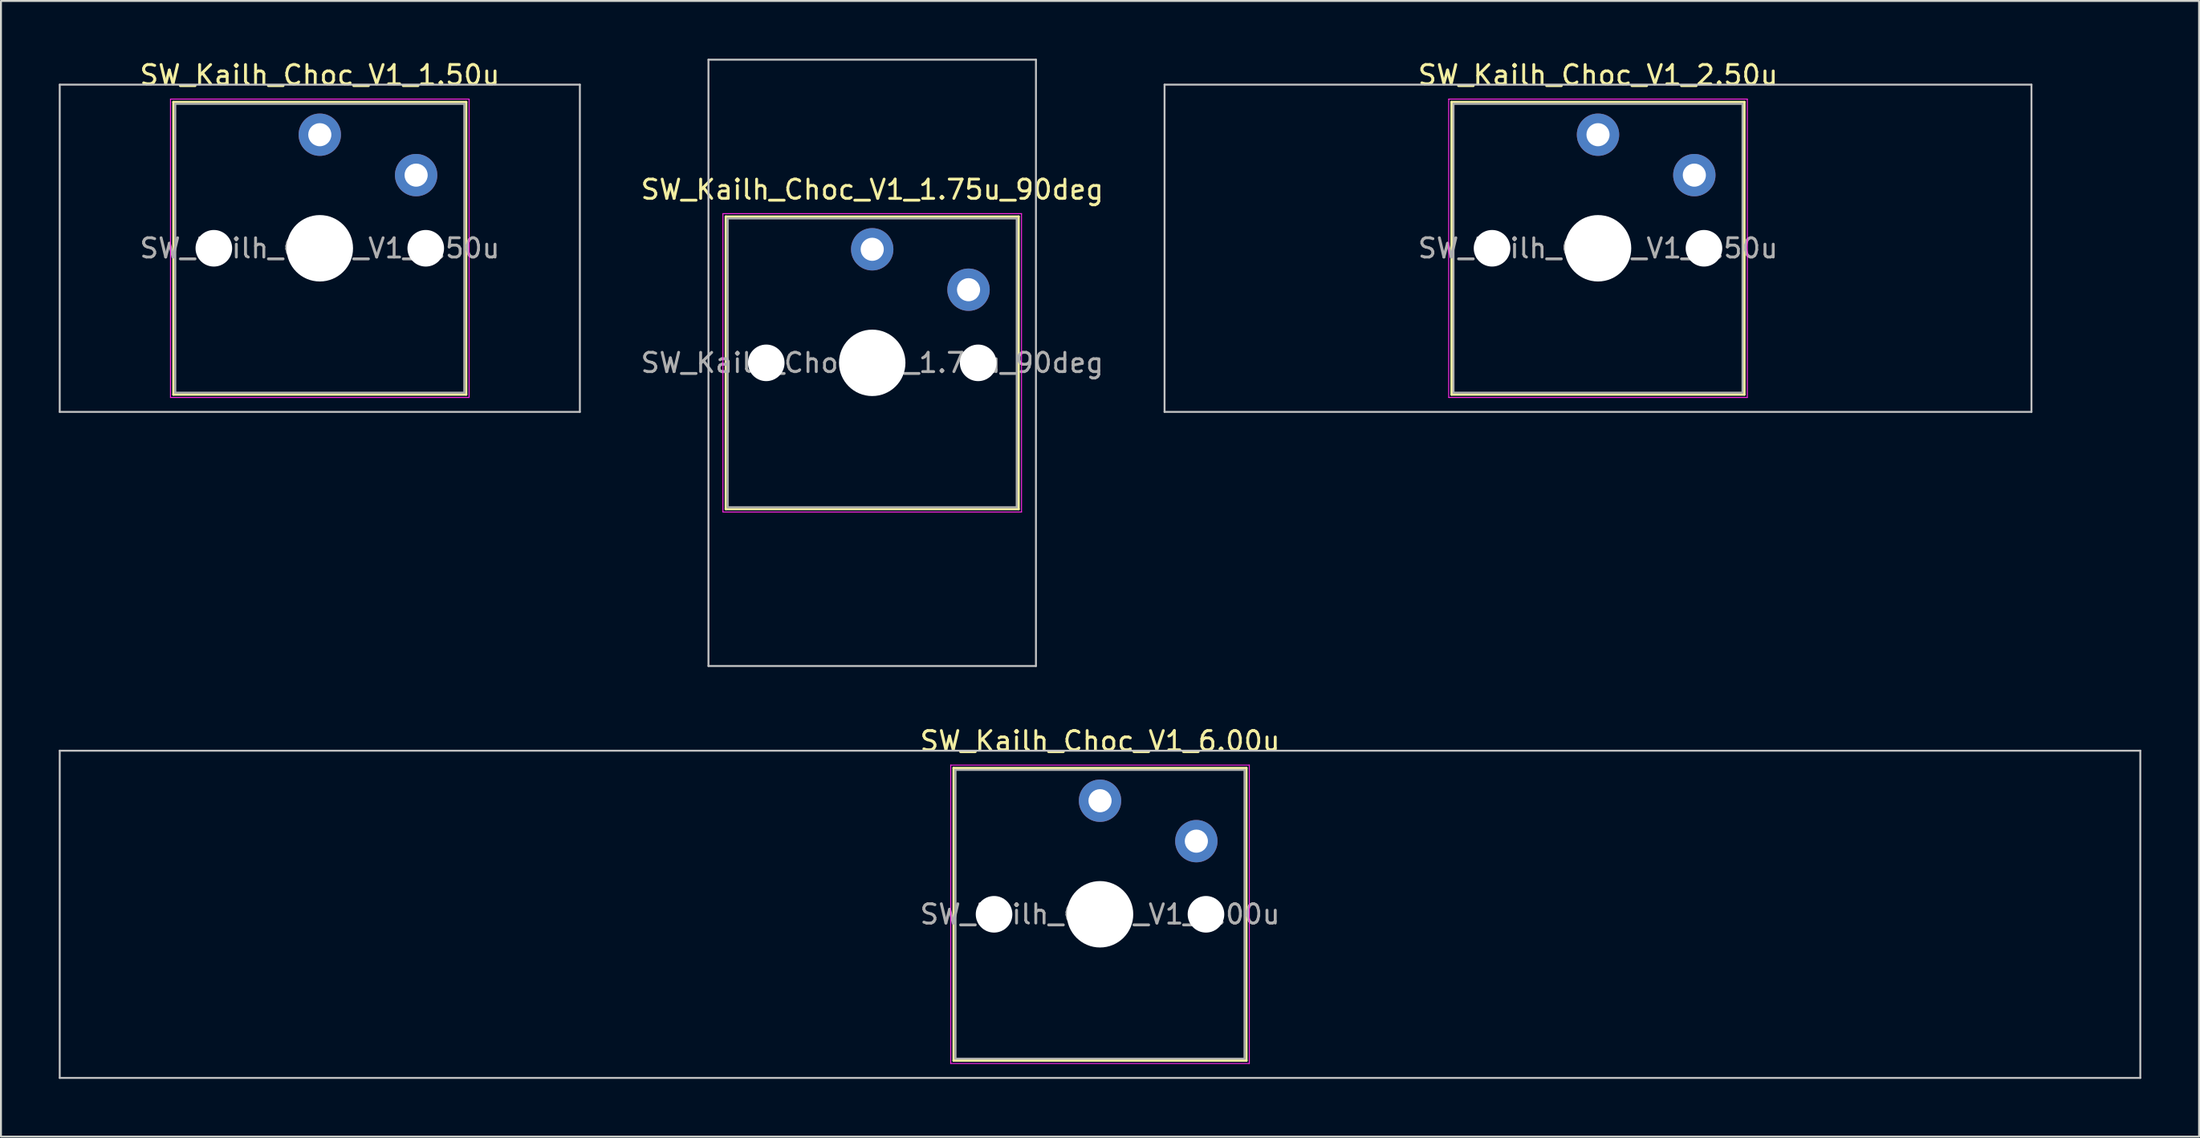
<source format=kicad_pcb>
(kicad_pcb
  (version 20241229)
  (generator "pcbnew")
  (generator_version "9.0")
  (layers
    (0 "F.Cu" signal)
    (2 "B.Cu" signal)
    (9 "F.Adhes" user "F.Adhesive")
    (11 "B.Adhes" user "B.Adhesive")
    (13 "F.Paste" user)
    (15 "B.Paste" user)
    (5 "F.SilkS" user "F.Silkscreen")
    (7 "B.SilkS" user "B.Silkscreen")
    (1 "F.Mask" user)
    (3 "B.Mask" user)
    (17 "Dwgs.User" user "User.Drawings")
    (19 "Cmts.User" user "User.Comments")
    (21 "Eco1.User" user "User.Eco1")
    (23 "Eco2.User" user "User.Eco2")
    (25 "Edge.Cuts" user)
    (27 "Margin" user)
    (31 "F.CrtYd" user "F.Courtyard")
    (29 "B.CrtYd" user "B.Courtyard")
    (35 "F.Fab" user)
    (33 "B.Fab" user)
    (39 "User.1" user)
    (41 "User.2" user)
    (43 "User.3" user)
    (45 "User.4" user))
  (footprint "SW_Kailh_Choc_V1_1.50u"
    (layer "F.Cu")
    (at 13.55 9.848)
    (property "Reference" "SW_Kailh_Choc_V1_1.50u" (at 0 -9 0) (layer "F.SilkS") (effects (font (size 1 1) (thickness 0.15))))
    (attr through_hole)
    (fp_line (start -7.6 -7.6) (end -7.6 7.6) (stroke (width 0.12) (type solid)) (layer "F.SilkS"))
    (fp_line (start -7.6 7.6) (end 7.6 7.6) (stroke (width 0.12) (type solid)) (layer "F.SilkS"))
    (fp_line (start 7.6 -7.6) (end -7.6 -7.6) (stroke (width 0.12) (type solid)) (layer "F.SilkS"))
    (fp_line (start 7.6 7.6) (end 7.6 -7.6) (stroke (width 0.12) (type solid)) (layer "F.SilkS"))
    (fp_line (start -13.5 -8.5) (end -13.5 8.5) (stroke (width 0.1) (type solid)) (layer "Dwgs.User"))
    (fp_line (start -13.5 8.5) (end 13.5 8.5) (stroke (width 0.1) (type solid)) (layer "Dwgs.User"))
    (fp_line (start 13.5 -8.5) (end -13.5 -8.5) (stroke (width 0.1) (type solid)) (layer "Dwgs.User"))
    (fp_line (start 13.5 8.5) (end 13.5 -8.5) (stroke (width 0.1) (type solid)) (layer "Dwgs.User"))
    (fp_line (start -7.25 -7.25) (end -7.25 7.25) (stroke (width 0.1) (type solid)) (layer "Eco1.User"))
    (fp_line (start -7.25 7.25) (end 7.25 7.25) (stroke (width 0.1) (type solid)) (layer "Eco1.User"))
    (fp_line (start 7.25 -7.25) (end -7.25 -7.25) (stroke (width 0.1) (type solid)) (layer "Eco1.User"))
    (fp_line (start 7.25 7.25) (end 7.25 -7.25) (stroke (width 0.1) (type solid)) (layer "Eco1.User"))
    (fp_line (start -7.75 -7.75) (end -7.75 7.75) (stroke (width 0.05) (type solid)) (layer "F.CrtYd"))
    (fp_line (start -7.75 7.75) (end 7.75 7.75) (stroke (width 0.05) (type solid)) (layer "F.CrtYd"))
    (fp_line (start 7.75 -7.75) (end -7.75 -7.75) (stroke (width 0.05) (type solid)) (layer "F.CrtYd"))
    (fp_line (start 7.75 7.75) (end 7.75 -7.75) (stroke (width 0.05) (type solid)) (layer "F.CrtYd"))
    (fp_line (start -7.5 -7.5) (end -7.5 7.5) (stroke (width 0.1) (type solid)) (layer "F.Fab"))
    (fp_line (start -7.5 7.5) (end 7.5 7.5) (stroke (width 0.1) (type solid)) (layer "F.Fab"))
    (fp_line (start 7.5 -7.5) (end -7.5 -7.5) (stroke (width 0.1) (type solid)) (layer "F.Fab"))
    (fp_line (start 7.5 7.5) (end 7.5 -7.5) (stroke (width 0.1) (type solid)) (layer "F.Fab"))
    (fp_text user "${REFERENCE}" (at 0 0 0) (layer "F.Fab") (effects (font (size 1 1) (thickness 0.15))))
    (pad "" np_thru_hole circle (at -5.5 0) (size 1.9 1.9) (drill 1.9) (layers "*.Cu" "*.Mask"))
    (pad "" np_thru_hole circle (at 0 0) (size 3.45 3.45) (drill 3.45) (layers "*.Cu" "*.Mask"))
    (pad "" np_thru_hole circle (at 5.5 0) (size 1.9 1.9) (drill 1.9) (layers "*.Cu" "*.Mask"))
    (pad "1" thru_hole circle (at 0 -5.9) (size 2.2 2.2) (drill 1.2) (layers "*.Cu" "*.Mask"))
    (pad "2" thru_hole circle (at 5 -3.8) (size 2.2 2.2) (drill 1.2) (layers "*.Cu" "*.Mask")))
  (footprint "SW_Kailh_Choc_V1_1.75u_90deg"
    (layer "F.Cu")
    (at 42.225 15.8)
    (property "Reference" "SW_Kailh_Choc_V1_1.75u_90deg" (at 0 -9 0) (layer "F.SilkS") (effects (font (size 1 1) (thickness 0.15))))
    (attr through_hole)
    (fp_line (start -7.6 -7.6) (end -7.6 7.6) (stroke (width 0.12) (type solid)) (layer "F.SilkS"))
    (fp_line (start -7.6 7.6) (end 7.6 7.6) (stroke (width 0.12) (type solid)) (layer "F.SilkS"))
    (fp_line (start 7.6 -7.6) (end -7.6 -7.6) (stroke (width 0.12) (type solid)) (layer "F.SilkS"))
    (fp_line (start 7.6 7.6) (end 7.6 -7.6) (stroke (width 0.12) (type solid)) (layer "F.SilkS"))
    (fp_line (start -8.5 -15.75) (end 8.5 -15.75) (stroke (width 0.1) (type solid)) (layer "Dwgs.User"))
    (fp_line (start -8.5 15.75) (end -8.5 -15.75) (stroke (width 0.1) (type solid)) (layer "Dwgs.User"))
    (fp_line (start 8.5 -15.75) (end 8.5 15.75) (stroke (width 0.1) (type solid)) (layer "Dwgs.User"))
    (fp_line (start 8.5 15.75) (end -8.5 15.75) (stroke (width 0.1) (type solid)) (layer "Dwgs.User"))
    (fp_line (start -7.25 -7.25) (end -7.25 7.25) (stroke (width 0.1) (type solid)) (layer "Eco1.User"))
    (fp_line (start -7.25 7.25) (end 7.25 7.25) (stroke (width 0.1) (type solid)) (layer "Eco1.User"))
    (fp_line (start 7.25 -7.25) (end -7.25 -7.25) (stroke (width 0.1) (type solid)) (layer "Eco1.User"))
    (fp_line (start 7.25 7.25) (end 7.25 -7.25) (stroke (width 0.1) (type solid)) (layer "Eco1.User"))
    (fp_line (start -7.75 -7.75) (end -7.75 7.75) (stroke (width 0.05) (type solid)) (layer "F.CrtYd"))
    (fp_line (start -7.75 7.75) (end 7.75 7.75) (stroke (width 0.05) (type solid)) (layer "F.CrtYd"))
    (fp_line (start 7.75 -7.75) (end -7.75 -7.75) (stroke (width 0.05) (type solid)) (layer "F.CrtYd"))
    (fp_line (start 7.75 7.75) (end 7.75 -7.75) (stroke (width 0.05) (type solid)) (layer "F.CrtYd"))
    (fp_line (start -7.5 -7.5) (end -7.5 7.5) (stroke (width 0.1) (type solid)) (layer "F.Fab"))
    (fp_line (start -7.5 7.5) (end 7.5 7.5) (stroke (width 0.1) (type solid)) (layer "F.Fab"))
    (fp_line (start 7.5 -7.5) (end -7.5 -7.5) (stroke (width 0.1) (type solid)) (layer "F.Fab"))
    (fp_line (start 7.5 7.5) (end 7.5 -7.5) (stroke (width 0.1) (type solid)) (layer "F.Fab"))
    (fp_text user "${REFERENCE}" (at 0 0 0) (layer "F.Fab") (effects (font (size 1 1) (thickness 0.15))))
    (pad "" np_thru_hole circle (at -5.5 0) (size 1.9 1.9) (drill 1.9) (layers "*.Cu" "*.Mask"))
    (pad "" np_thru_hole circle (at 0 0) (size 3.45 3.45) (drill 3.45) (layers "*.Cu" "*.Mask"))
    (pad "" np_thru_hole circle (at 5.5 0) (size 1.9 1.9) (drill 1.9) (layers "*.Cu" "*.Mask"))
    (pad "1" thru_hole circle (at 0 -5.9) (size 2.2 2.2) (drill 1.2) (layers "*.Cu" "*.Mask"))
    (pad "2" thru_hole circle (at 5 -3.8) (size 2.2 2.2) (drill 1.2) (layers "*.Cu" "*.Mask")))
  (footprint "SW_Kailh_Choc_V1_6.00u"
    (layer "F.Cu")
    (at 54.05 44.448)
    (property "Reference" "SW_Kailh_Choc_V1_6.00u" (at 0 -9 0) (layer "F.SilkS") (effects (font (size 1 1) (thickness 0.15))))
    (attr through_hole)
    (fp_line (start -7.6 -7.6) (end -7.6 7.6) (stroke (width 0.12) (type solid)) (layer "F.SilkS"))
    (fp_line (start -7.6 7.6) (end 7.6 7.6) (stroke (width 0.12) (type solid)) (layer "F.SilkS"))
    (fp_line (start 7.6 -7.6) (end -7.6 -7.6) (stroke (width 0.12) (type solid)) (layer "F.SilkS"))
    (fp_line (start 7.6 7.6) (end 7.6 -7.6) (stroke (width 0.12) (type solid)) (layer "F.SilkS"))
    (fp_line (start -54 -8.5) (end -54 8.5) (stroke (width 0.1) (type solid)) (layer "Dwgs.User"))
    (fp_line (start -54 8.5) (end 54 8.5) (stroke (width 0.1) (type solid)) (layer "Dwgs.User"))
    (fp_line (start 54 -8.5) (end -54 -8.5) (stroke (width 0.1) (type solid)) (layer "Dwgs.User"))
    (fp_line (start 54 8.5) (end 54 -8.5) (stroke (width 0.1) (type solid)) (layer "Dwgs.User"))
    (fp_line (start -7.25 -7.25) (end -7.25 7.25) (stroke (width 0.1) (type solid)) (layer "Eco1.User"))
    (fp_line (start -7.25 7.25) (end 7.25 7.25) (stroke (width 0.1) (type solid)) (layer "Eco1.User"))
    (fp_line (start 7.25 -7.25) (end -7.25 -7.25) (stroke (width 0.1) (type solid)) (layer "Eco1.User"))
    (fp_line (start 7.25 7.25) (end 7.25 -7.25) (stroke (width 0.1) (type solid)) (layer "Eco1.User"))
    (fp_line (start -7.75 -7.75) (end -7.75 7.75) (stroke (width 0.05) (type solid)) (layer "F.CrtYd"))
    (fp_line (start -7.75 7.75) (end 7.75 7.75) (stroke (width 0.05) (type solid)) (layer "F.CrtYd"))
    (fp_line (start 7.75 -7.75) (end -7.75 -7.75) (stroke (width 0.05) (type solid)) (layer "F.CrtYd"))
    (fp_line (start 7.75 7.75) (end 7.75 -7.75) (stroke (width 0.05) (type solid)) (layer "F.CrtYd"))
    (fp_line (start -7.5 -7.5) (end -7.5 7.5) (stroke (width 0.1) (type solid)) (layer "F.Fab"))
    (fp_line (start -7.5 7.5) (end 7.5 7.5) (stroke (width 0.1) (type solid)) (layer "F.Fab"))
    (fp_line (start 7.5 -7.5) (end -7.5 -7.5) (stroke (width 0.1) (type solid)) (layer "F.Fab"))
    (fp_line (start 7.5 7.5) (end 7.5 -7.5) (stroke (width 0.1) (type solid)) (layer "F.Fab"))
    (fp_text user "${REFERENCE}" (at 0 0 0) (layer "F.Fab") (effects (font (size 1 1) (thickness 0.15))))
    (pad "" np_thru_hole circle (at -5.5 0) (size 1.9 1.9) (drill 1.9) (layers "*.Cu" "*.Mask"))
    (pad "" np_thru_hole circle (at 0 0) (size 3.45 3.45) (drill 3.45) (layers "*.Cu" "*.Mask"))
    (pad "" np_thru_hole circle (at 5.5 0) (size 1.9 1.9) (drill 1.9) (layers "*.Cu" "*.Mask"))
    (pad "1" thru_hole circle (at 0 -5.9) (size 2.2 2.2) (drill 1.2) (layers "*.Cu" "*.Mask"))
    (pad "2" thru_hole circle (at 5 -3.8) (size 2.2 2.2) (drill 1.2) (layers "*.Cu" "*.Mask")))
  (footprint "SW_Kailh_Choc_V1_2.50u"
    (layer "F.Cu")
    (at 79.9 9.848)
    (property "Reference" "SW_Kailh_Choc_V1_2.50u" (at 0 -9 0) (layer "F.SilkS") (effects (font (size 1 1) (thickness 0.15))))
    (attr through_hole)
    (fp_line (start -7.6 -7.6) (end -7.6 7.6) (stroke (width 0.12) (type solid)) (layer "F.SilkS"))
    (fp_line (start -7.6 7.6) (end 7.6 7.6) (stroke (width 0.12) (type solid)) (layer "F.SilkS"))
    (fp_line (start 7.6 -7.6) (end -7.6 -7.6) (stroke (width 0.12) (type solid)) (layer "F.SilkS"))
    (fp_line (start 7.6 7.6) (end 7.6 -7.6) (stroke (width 0.12) (type solid)) (layer "F.SilkS"))
    (fp_line (start -22.5 -8.5) (end -22.5 8.5) (stroke (width 0.1) (type solid)) (layer "Dwgs.User"))
    (fp_line (start -22.5 8.5) (end 22.5 8.5) (stroke (width 0.1) (type solid)) (layer "Dwgs.User"))
    (fp_line (start 22.5 -8.5) (end -22.5 -8.5) (stroke (width 0.1) (type solid)) (layer "Dwgs.User"))
    (fp_line (start 22.5 8.5) (end 22.5 -8.5) (stroke (width 0.1) (type solid)) (layer "Dwgs.User"))
    (fp_line (start -7.25 -7.25) (end -7.25 7.25) (stroke (width 0.1) (type solid)) (layer "Eco1.User"))
    (fp_line (start -7.25 7.25) (end 7.25 7.25) (stroke (width 0.1) (type solid)) (layer "Eco1.User"))
    (fp_line (start 7.25 -7.25) (end -7.25 -7.25) (stroke (width 0.1) (type solid)) (layer "Eco1.User"))
    (fp_line (start 7.25 7.25) (end 7.25 -7.25) (stroke (width 0.1) (type solid)) (layer "Eco1.User"))
    (fp_line (start -7.75 -7.75) (end -7.75 7.75) (stroke (width 0.05) (type solid)) (layer "F.CrtYd"))
    (fp_line (start -7.75 7.75) (end 7.75 7.75) (stroke (width 0.05) (type solid)) (layer "F.CrtYd"))
    (fp_line (start 7.75 -7.75) (end -7.75 -7.75) (stroke (width 0.05) (type solid)) (layer "F.CrtYd"))
    (fp_line (start 7.75 7.75) (end 7.75 -7.75) (stroke (width 0.05) (type solid)) (layer "F.CrtYd"))
    (fp_line (start -7.5 -7.5) (end -7.5 7.5) (stroke (width 0.1) (type solid)) (layer "F.Fab"))
    (fp_line (start -7.5 7.5) (end 7.5 7.5) (stroke (width 0.1) (type solid)) (layer "F.Fab"))
    (fp_line (start 7.5 -7.5) (end -7.5 -7.5) (stroke (width 0.1) (type solid)) (layer "F.Fab"))
    (fp_line (start 7.5 7.5) (end 7.5 -7.5) (stroke (width 0.1) (type solid)) (layer "F.Fab"))
    (fp_text user "${REFERENCE}" (at 0 0 0) (layer "F.Fab") (effects (font (size 1 1) (thickness 0.15))))
    (pad "" np_thru_hole circle (at -5.5 0) (size 1.9 1.9) (drill 1.9) (layers "*.Cu" "*.Mask"))
    (pad "" np_thru_hole circle (at 0 0) (size 3.45 3.45) (drill 3.45) (layers "*.Cu" "*.Mask"))
    (pad "" np_thru_hole circle (at 5.5 0) (size 1.9 1.9) (drill 1.9) (layers "*.Cu" "*.Mask"))
    (pad "1" thru_hole circle (at 0 -5.9) (size 2.2 2.2) (drill 1.2) (layers "*.Cu" "*.Mask"))
    (pad "2" thru_hole circle (at 5 -3.8) (size 2.2 2.2) (drill 1.2) (layers "*.Cu" "*.Mask")))
  (gr_rect
    (start -3 -3)
    (end 111.1 55.998)
    (stroke (width 0.1) (type default))
    (fill no)
    (layer "Edge.Cuts")))
</source>
